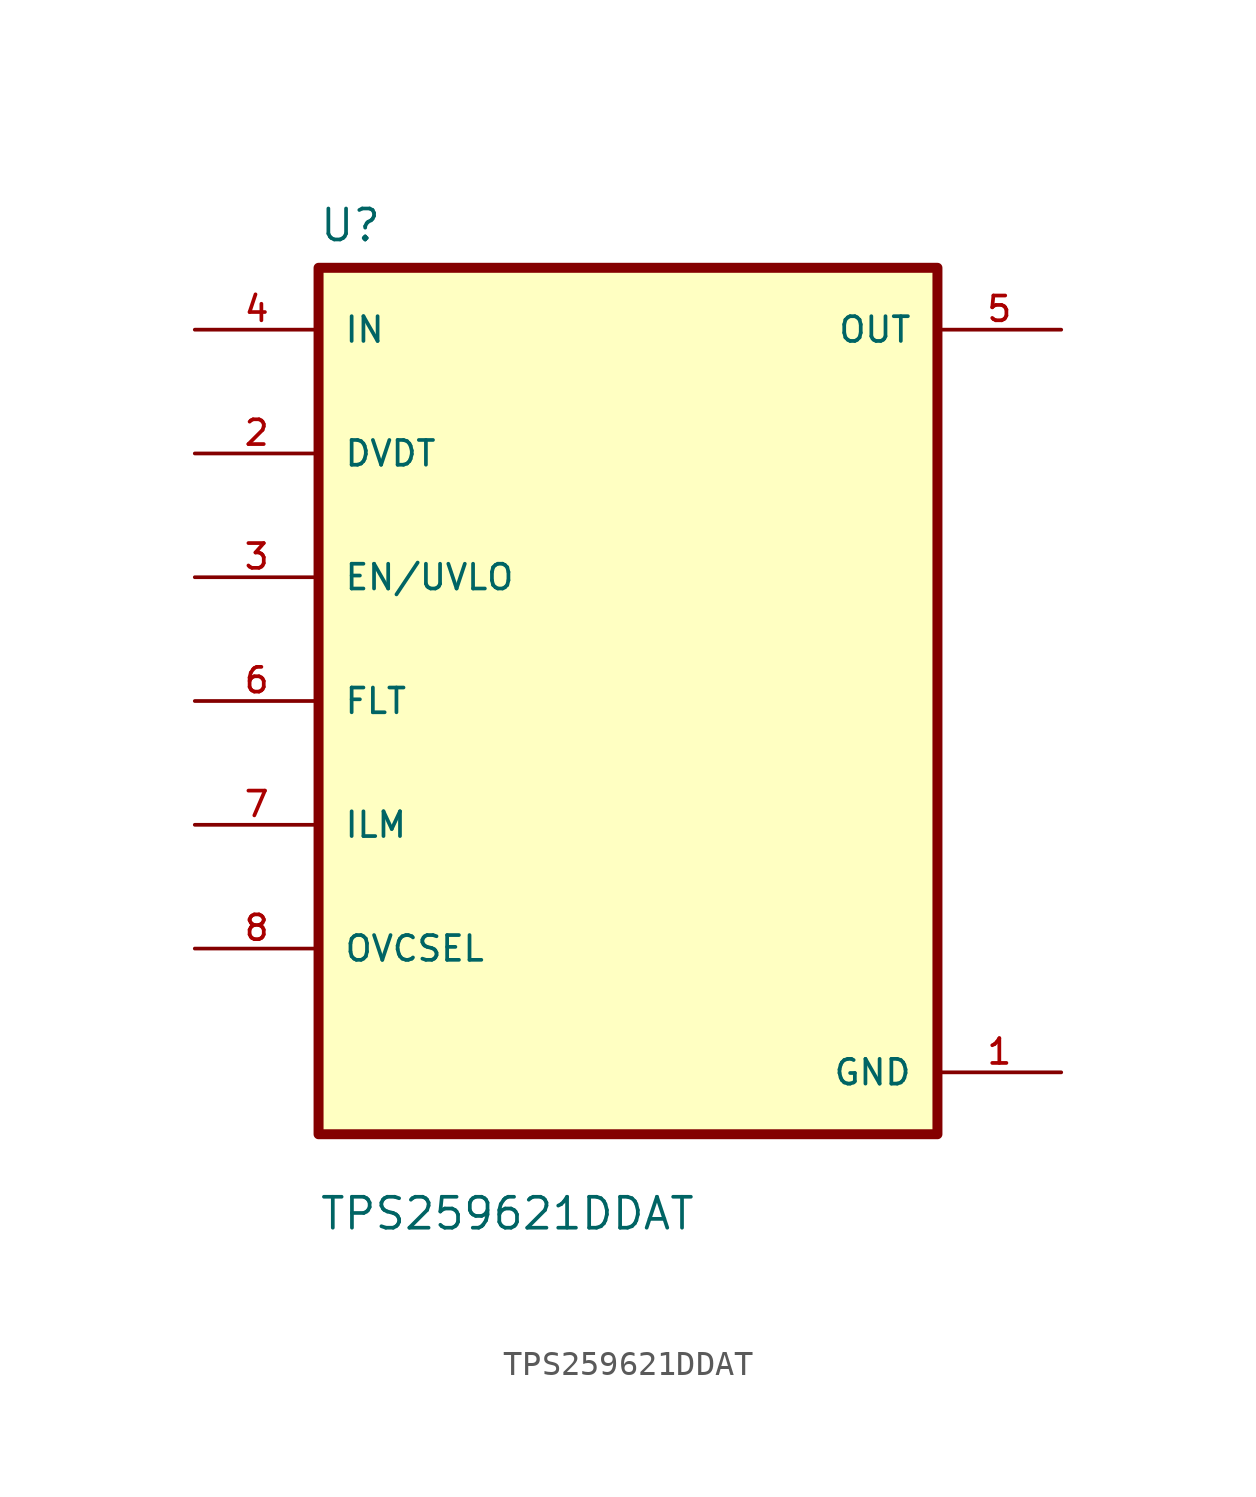
<source format=kicad_sym>
(kicad_symbol_lib
  (version 20211014)
  (generator kicad_symbol_editor)
  (symbol "TPS259621DDAT"
    (pin_names
      (offset 1.016))
    (property "Reference" "U"
      (at -12.7 18.78 0.0)
      (effects (font (size 1.27 1.27)) (justify bottom left)))
    (property "Value" "TPS259621DDAT"
      (at -12.7 -21.78 0.0)
      (effects (font (size 1.27 1.27)) (justify bottom left)))
    (symbol "TPS259621DDAT_0_0"
      (rectangle (start -12.7 -17.78) (end 12.7 17.78) (stroke (width 0.41)) (fill (type background)))
      (pin input line (at -17.78 15.24 0) (length 5.08) (name "IN" (effects (font (size 1.016 1.016)))) (number "4" (effects (font (size 1.016 1.016)))))
      (pin bidirectional line (at -17.78 10.16 0) (length 5.08) (name "DVDT" (effects (font (size 1.016 1.016)))) (number "2" (effects (font (size 1.016 1.016)))))
      (pin bidirectional line (at -17.78 5.08 0) (length 5.08) (name "EN/UVLO" (effects (font (size 1.016 1.016)))) (number "3" (effects (font (size 1.016 1.016)))))
      (pin bidirectional line (at -17.78 3.5527136788e-15 0) (length 5.08) (name "FLT" (effects (font (size 1.016 1.016)))) (number "6" (effects (font (size 1.016 1.016)))))
      (pin bidirectional line (at -17.78 -5.08 0) (length 5.08) (name "ILM" (effects (font (size 1.016 1.016)))) (number "7" (effects (font (size 1.016 1.016)))))
      (pin bidirectional line (at -17.78 -10.16 0) (length 5.08) (name "OVCSEL" (effects (font (size 1.016 1.016)))) (number "8" (effects (font (size 1.016 1.016)))))
      (pin output line (at 17.78 15.24 180.0) (length 5.08) (name "OUT" (effects (font (size 1.016 1.016)))) (number "5" (effects (font (size 1.016 1.016)))))
      (pin power_in line (at 17.78 -15.24 180.0) (length 5.08) (name "GND" (effects (font (size 1.016 1.016)))) (number "1" (effects (font (size 1.016 1.016))))))))
</source>
